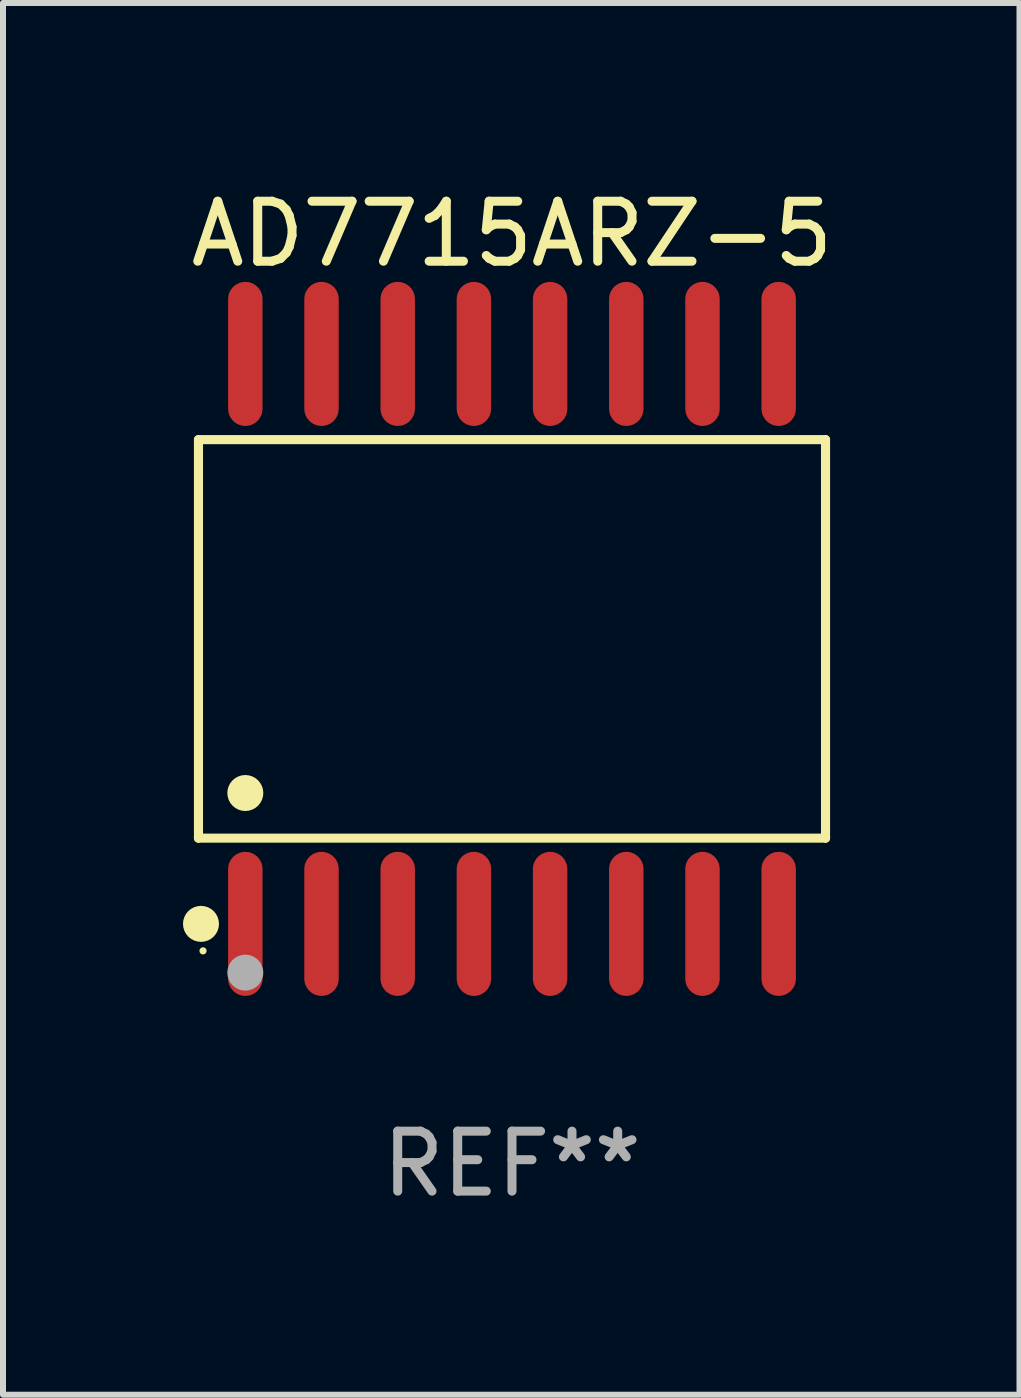
<source format=kicad_pcb>
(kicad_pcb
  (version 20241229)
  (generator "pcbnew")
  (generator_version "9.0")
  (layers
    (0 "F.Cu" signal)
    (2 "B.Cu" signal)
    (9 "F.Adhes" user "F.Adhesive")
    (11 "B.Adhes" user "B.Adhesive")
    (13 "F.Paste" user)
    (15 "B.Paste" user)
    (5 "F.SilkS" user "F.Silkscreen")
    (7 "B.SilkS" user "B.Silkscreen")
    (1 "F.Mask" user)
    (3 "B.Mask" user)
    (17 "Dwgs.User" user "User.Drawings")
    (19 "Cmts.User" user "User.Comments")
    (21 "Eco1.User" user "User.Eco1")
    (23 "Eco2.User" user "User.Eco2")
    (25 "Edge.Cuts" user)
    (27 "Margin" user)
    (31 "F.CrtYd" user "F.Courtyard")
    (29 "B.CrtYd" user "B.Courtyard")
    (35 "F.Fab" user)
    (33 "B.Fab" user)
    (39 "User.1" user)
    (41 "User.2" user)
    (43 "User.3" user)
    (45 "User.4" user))
  (footprint "AD7715ARZ-5"
    (layer "F.Cu")
    (at 5.484 7.599)
    (property "Reference" "AD7715ARZ-5" (at 0 -6.75 0) (layer "F.SilkS") (effects (font (size 1 1) (thickness 0.15))))
    (attr through_hole)
    (fp_line (start -5.226 -3.321) (end 5.226 -3.321) (stroke (width 0.152) (type solid)) (layer "F.SilkS"))
    (fp_line (start -5.226 3.321) (end -5.226 -3.321) (stroke (width 0.152) (type solid)) (layer "F.SilkS"))
    (fp_line (start 5.226 -3.321) (end 5.226 3.321) (stroke (width 0.152) (type solid)) (layer "F.SilkS"))
    (fp_line (start 5.226 3.321) (end -5.226 3.321) (stroke (width 0.152) (type solid)) (layer "F.SilkS"))
    (fp_circle (center -5.184 4.75) (end -5.034 4.75) (stroke (width 0.3) (type solid)) (fill no) (layer "F.SilkS"))
    (fp_circle (center -5.15 5.2) (end -5.12 5.2) (stroke (width 0.06) (type solid)) (fill no) (layer "F.SilkS"))
    (fp_circle (center -4.445 2.569) (end -4.295 2.569) (stroke (width 0.3) (type solid)) (fill no) (layer "F.SilkS"))
    (fp_circle (center -4.445 5.563) (end -4.295 5.563) (stroke (width 0.3) (type solid)) (fill no) (layer "F.Fab"))
    (fp_text user "REF**" (at 0 8.75 0) (layer "F.Fab") (effects (font (size 1 1) (thickness 0.15))))
    (pad "1" smd oval (at -4.445 4.75) (size 0.574 2.401) (layers "F.Cu" "F.Mask" "F.Paste"))
    (pad "2" smd oval (at -3.175 4.75) (size 0.574 2.401) (layers "F.Cu" "F.Mask" "F.Paste"))
    (pad "3" smd oval (at -1.905 4.75) (size 0.574 2.401) (layers "F.Cu" "F.Mask" "F.Paste"))
    (pad "4" smd oval (at -0.635 4.75) (size 0.574 2.401) (layers "F.Cu" "F.Mask" "F.Paste"))
    (pad "5" smd oval (at 0.635 4.75) (size 0.574 2.401) (layers "F.Cu" "F.Mask" "F.Paste"))
    (pad "6" smd oval (at 1.905 4.75) (size 0.574 2.401) (layers "F.Cu" "F.Mask" "F.Paste"))
    (pad "7" smd oval (at 3.175 4.75) (size 0.574 2.401) (layers "F.Cu" "F.Mask" "F.Paste"))
    (pad "8" smd oval (at 4.445 4.75) (size 0.574 2.401) (layers "F.Cu" "F.Mask" "F.Paste"))
    (pad "9" smd oval (at 4.445 -4.75) (size 0.574 2.401) (layers "F.Cu" "F.Mask" "F.Paste"))
    (pad "10" smd oval (at 3.175 -4.75) (size 0.574 2.401) (layers "F.Cu" "F.Mask" "F.Paste"))
    (pad "11" smd oval (at 1.905 -4.75) (size 0.574 2.401) (layers "F.Cu" "F.Mask" "F.Paste"))
    (pad "12" smd oval (at 0.635 -4.75) (size 0.574 2.401) (layers "F.Cu" "F.Mask" "F.Paste"))
    (pad "13" smd oval (at -0.635 -4.75) (size 0.574 2.401) (layers "F.Cu" "F.Mask" "F.Paste"))
    (pad "14" smd oval (at -1.905 -4.75) (size 0.574 2.401) (layers "F.Cu" "F.Mask" "F.Paste"))
    (pad "15" smd oval (at -3.175 -4.75) (size 0.574 2.401) (layers "F.Cu" "F.Mask" "F.Paste"))
    (pad "16" smd oval (at -4.445 -4.75) (size 0.574 2.401) (layers "F.Cu" "F.Mask" "F.Paste")))
  (gr_rect
    (start -3 -3)
    (end 13.943 20.197)
    (stroke (width 0.1) (type default))
    (fill no)
    (layer "Edge.Cuts")))
</source>
